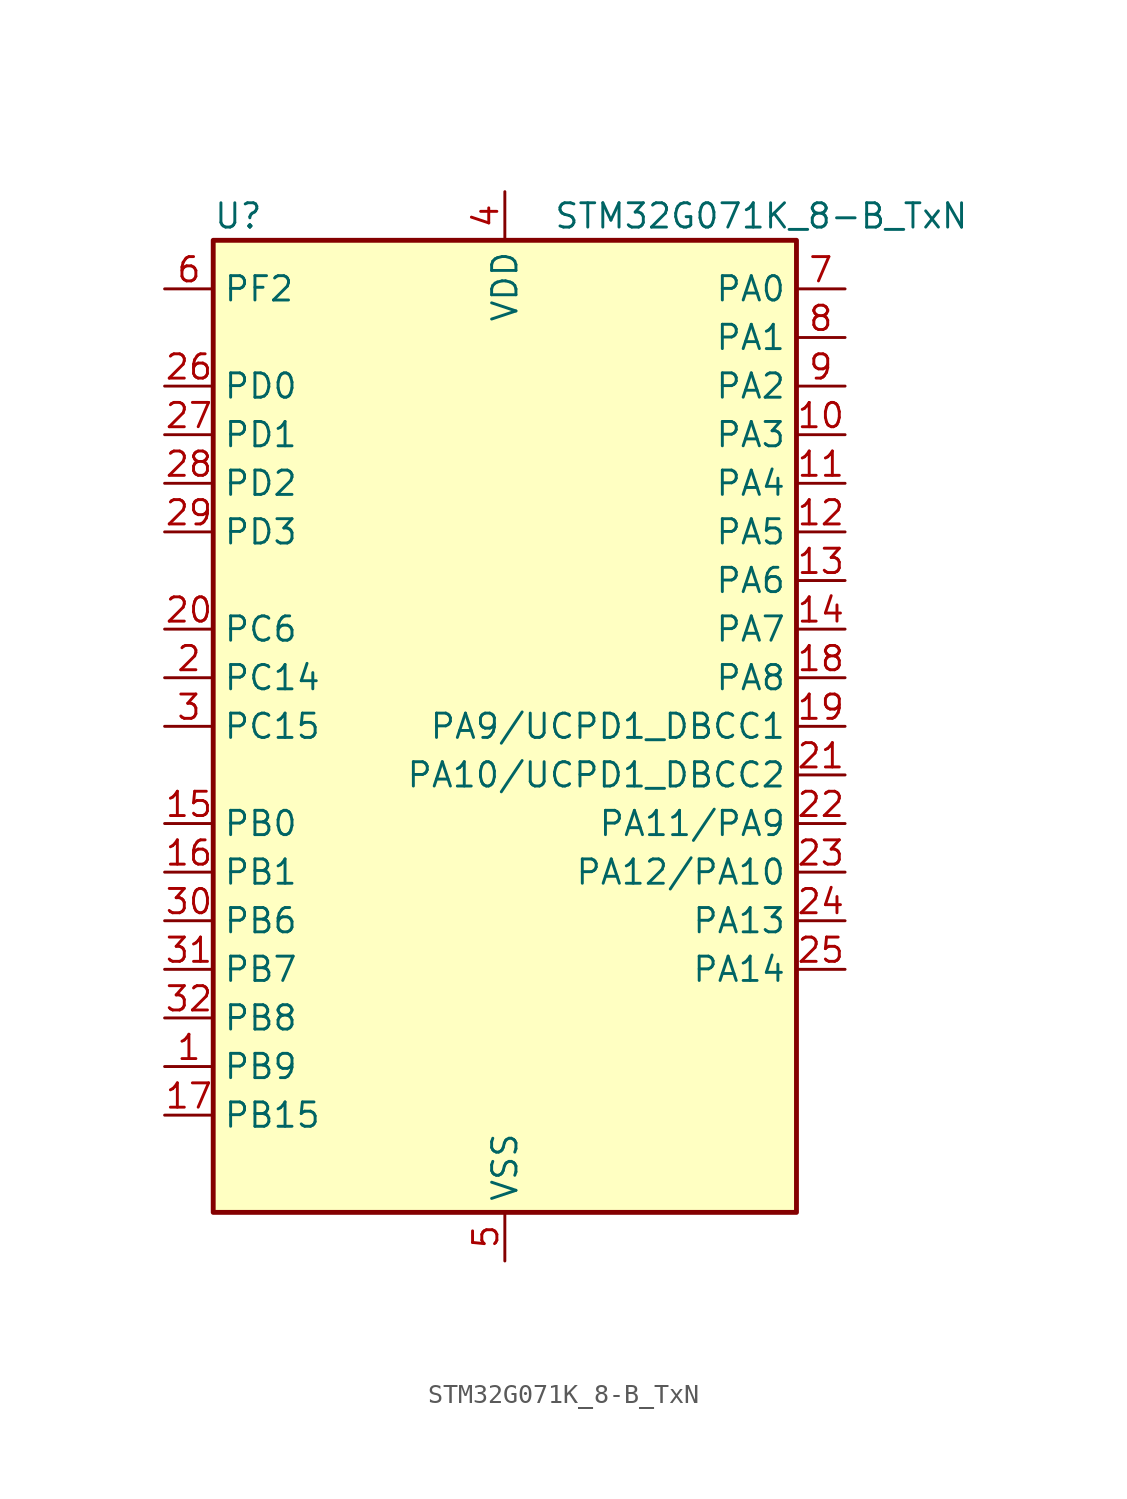
<source format=kicad_sym>
(kicad_symbol_lib
  (version 20220914)
  (generator kicad_symbol_editor)
  (symbol "STM32G071K_8-B_TxN"
    (property "Reference" "U"
      (at -15.24 26.67 0)
      (effects (font (size 1.27 1.27)) (justify left)))
    (property "Value" "STM32G071K_8-B_TxN"
      (at 2.54 26.67 0)
      (effects (font (size 1.27 1.27)) (justify left)))
    (property "ki_locked" ""
      (at 0 0 0)
      (effects (font (size 1.27 1.27))))
    (symbol "STM32G071K_8-B_TxN_0_1"
      (rectangle (start -15.24 -25.4) (end 15.24 25.4) (stroke (width 0.254) (type default)) (fill (type background))))
    (symbol "STM32G071K_8-B_TxN_1_1"
      (pin bidirectional line (at -17.78 -17.78 0) (length 2.54) (name "PB9" (effects (font (size 1.27 1.27)))) (number "1" (effects (font (size 1.27 1.27)))) (alternate "DAC1_EXTI9" bidirectional line) (alternate "I2C1_SDA" bidirectional line) (alternate "IR_OUT" bidirectional line) (alternate "SPI2_NSS" bidirectional line) (alternate "TIM17_CH1" bidirectional line) (alternate "UCPD2_FRSTX1" bidirectional line) (alternate "UCPD2_FRSTX2" bidirectional line) (alternate "USART3_RX" bidirectional line))
      (pin bidirectional line (at 17.78 15.24 180) (length 2.54) (name "PA3" (effects (font (size 1.27 1.27)))) (number "10" (effects (font (size 1.27 1.27)))) (alternate "ADC1_IN3" bidirectional line) (alternate "COMP2_INP" bidirectional line) (alternate "LPUART1_RX" bidirectional line) (alternate "SPI2_MISO" bidirectional line) (alternate "TIM15_CH2" bidirectional line) (alternate "TIM2_CH4" bidirectional line) (alternate "UCPD2_FRSTX1" bidirectional line) (alternate "UCPD2_FRSTX2" bidirectional line) (alternate "USART2_RX" bidirectional line))
      (pin bidirectional line (at 17.78 12.7 180) (length 2.54) (name "PA4" (effects (font (size 1.27 1.27)))) (number "11" (effects (font (size 1.27 1.27)))) (alternate "ADC1_IN4" bidirectional line) (alternate "DAC1_OUT1" bidirectional line) (alternate "I2S1_WS" bidirectional line) (alternate "LPTIM2_OUT" bidirectional line) (alternate "RTC_OUT_ALARM" bidirectional line) (alternate "RTC_OUT_CALIB" bidirectional line) (alternate "RTC_TAMP_IN1" bidirectional line) (alternate "RTC_TS" bidirectional line) (alternate "SPI1_NSS" bidirectional line) (alternate "SPI2_MOSI" bidirectional line) (alternate "SYS_WKUP2" bidirectional line) (alternate "TIM14_CH1" bidirectional line) (alternate "UCPD2_FRSTX1" bidirectional line) (alternate "UCPD2_FRSTX2" bidirectional line))
      (pin bidirectional line (at 17.78 10.16 180) (length 2.54) (name "PA5" (effects (font (size 1.27 1.27)))) (number "12" (effects (font (size 1.27 1.27)))) (alternate "ADC1_IN5" bidirectional line) (alternate "CEC" bidirectional line) (alternate "DAC1_OUT2" bidirectional line) (alternate "I2S1_CK" bidirectional line) (alternate "LPTIM2_ETR" bidirectional line) (alternate "SPI1_SCK" bidirectional line) (alternate "TIM2_CH1" bidirectional line) (alternate "TIM2_ETR" bidirectional line) (alternate "UCPD1_FRSTX1" bidirectional line) (alternate "UCPD1_FRSTX2" bidirectional line) (alternate "USART3_TX" bidirectional line))
      (pin bidirectional line (at 17.78 7.62 180) (length 2.54) (name "PA6" (effects (font (size 1.27 1.27)))) (number "13" (effects (font (size 1.27 1.27)))) (alternate "ADC1_IN6" bidirectional line) (alternate "COMP1_OUT" bidirectional line) (alternate "I2S1_MCK" bidirectional line) (alternate "LPUART1_CTS" bidirectional line) (alternate "SPI1_MISO" bidirectional line) (alternate "TIM16_CH1" bidirectional line) (alternate "TIM1_BK" bidirectional line) (alternate "TIM3_CH1" bidirectional line) (alternate "USART3_CTS" bidirectional line) (alternate "USART3_NSS" bidirectional line))
      (pin bidirectional line (at 17.78 5.08 180) (length 2.54) (name "PA7" (effects (font (size 1.27 1.27)))) (number "14" (effects (font (size 1.27 1.27)))) (alternate "ADC1_IN7" bidirectional line) (alternate "COMP2_OUT" bidirectional line) (alternate "I2S1_SD" bidirectional line) (alternate "SPI1_MOSI" bidirectional line) (alternate "TIM14_CH1" bidirectional line) (alternate "TIM17_CH1" bidirectional line) (alternate "TIM1_CH1N" bidirectional line) (alternate "TIM3_CH2" bidirectional line) (alternate "UCPD1_FRSTX1" bidirectional line) (alternate "UCPD1_FRSTX2" bidirectional line))
      (pin bidirectional line (at -17.78 -5.08 0) (length 2.54) (name "PB0" (effects (font (size 1.27 1.27)))) (number "15" (effects (font (size 1.27 1.27)))) (alternate "ADC1_IN8" bidirectional line) (alternate "COMP1_OUT" bidirectional line) (alternate "I2S1_WS" bidirectional line) (alternate "LPTIM1_OUT" bidirectional line) (alternate "SPI1_NSS" bidirectional line) (alternate "TIM1_CH2N" bidirectional line) (alternate "TIM3_CH3" bidirectional line) (alternate "UCPD1_FRSTX1" bidirectional line) (alternate "UCPD1_FRSTX2" bidirectional line) (alternate "USART3_RX" bidirectional line))
      (pin bidirectional line (at -17.78 -7.62 0) (length 2.54) (name "PB1" (effects (font (size 1.27 1.27)))) (number "16" (effects (font (size 1.27 1.27)))) (alternate "ADC1_IN9" bidirectional line) (alternate "COMP1_INM" bidirectional line) (alternate "LPTIM2_IN1" bidirectional line) (alternate "LPUART1_DE" bidirectional line) (alternate "LPUART1_RTS" bidirectional line) (alternate "TIM14_CH1" bidirectional line) (alternate "TIM1_CH3N" bidirectional line) (alternate "TIM3_CH4" bidirectional line) (alternate "USART3_CK" bidirectional line) (alternate "USART3_DE" bidirectional line) (alternate "USART3_RTS" bidirectional line))
      (pin bidirectional line (at -17.78 -20.32 0) (length 2.54) (name "PB15" (effects (font (size 1.27 1.27)))) (number "17" (effects (font (size 1.27 1.27)))) (alternate "RTC_REFIN" bidirectional line) (alternate "SPI2_MOSI" bidirectional line) (alternate "TIM15_CH1N" bidirectional line) (alternate "TIM15_CH2" bidirectional line) (alternate "TIM1_CH3N" bidirectional line) (alternate "UCPD1_CC2" bidirectional line))
      (pin bidirectional line (at 17.78 2.54 180) (length 2.54) (name "PA8" (effects (font (size 1.27 1.27)))) (number "18" (effects (font (size 1.27 1.27)))) (alternate "LPTIM2_OUT" bidirectional line) (alternate "RCC_MCO" bidirectional line) (alternate "SPI2_NSS" bidirectional line) (alternate "TIM1_CH1" bidirectional line) (alternate "UCPD1_CC1" bidirectional line))
      (pin bidirectional line (at 17.78 0 180) (length 2.54) (name "PA9/UCPD1_DBCC1" (effects (font (size 1.27 1.27)))) (number "19" (effects (font (size 1.27 1.27)))) (alternate "DAC1_EXTI9" bidirectional line) (alternate "I2C1_SCL" bidirectional line) (alternate "RCC_MCO" bidirectional line) (alternate "SPI2_MISO" bidirectional line) (alternate "TIM15_BK" bidirectional line) (alternate "TIM1_CH2" bidirectional line) (alternate "UCPD1_DBCC1" bidirectional line) (alternate "USART1_TX" bidirectional line))
      (pin bidirectional line (at -17.78 2.54 0) (length 2.54) (name "PC14" (effects (font (size 1.27 1.27)))) (number "2" (effects (font (size 1.27 1.27)))) (alternate "RCC_OSC32_IN" bidirectional line) (alternate "RCC_OSC_IN" bidirectional line) (alternate "TIM1_BK2" bidirectional line))
      (pin bidirectional line (at -17.78 5.08 0) (length 2.54) (name "PC6" (effects (font (size 1.27 1.27)))) (number "20" (effects (font (size 1.27 1.27)))) (alternate "TIM2_CH3" bidirectional line) (alternate "TIM3_CH1" bidirectional line) (alternate "UCPD1_FRSTX1" bidirectional line) (alternate "UCPD1_FRSTX2" bidirectional line))
      (pin bidirectional line (at 17.78 -2.54 180) (length 2.54) (name "PA10/UCPD1_DBCC2" (effects (font (size 1.27 1.27)))) (number "21" (effects (font (size 1.27 1.27)))) (alternate "I2C1_SDA" bidirectional line) (alternate "SPI2_MOSI" bidirectional line) (alternate "TIM17_BK" bidirectional line) (alternate "TIM1_CH3" bidirectional line) (alternate "UCPD1_DBCC2" bidirectional line) (alternate "USART1_RX" bidirectional line))
      (pin bidirectional line (at 17.78 -5.08 180) (length 2.54) (name "PA11/PA9" (effects (font (size 1.27 1.27)))) (number "22" (effects (font (size 1.27 1.27)))) (alternate "ADC1_EXTI11" bidirectional line) (alternate "COMP1_OUT" bidirectional line) (alternate "I2C2_SCL" bidirectional line) (alternate "I2S1_MCK" bidirectional line) (alternate "SPI1_MISO" bidirectional line) (alternate "TIM1_BK2" bidirectional line) (alternate "TIM1_CH4" bidirectional line) (alternate "USART1_CTS" bidirectional line) (alternate "USART1_NSS" bidirectional line))
      (pin bidirectional line (at 17.78 -7.62 180) (length 2.54) (name "PA12/PA10" (effects (font (size 1.27 1.27)))) (number "23" (effects (font (size 1.27 1.27)))) (alternate "COMP2_OUT" bidirectional line) (alternate "I2C2_SDA" bidirectional line) (alternate "I2S1_SD" bidirectional line) (alternate "I2S_CKIN" bidirectional line) (alternate "SPI1_MOSI" bidirectional line) (alternate "TIM1_ETR" bidirectional line) (alternate "USART1_CK" bidirectional line) (alternate "USART1_DE" bidirectional line) (alternate "USART1_RTS" bidirectional line))
      (pin bidirectional line (at 17.78 -10.16 180) (length 2.54) (name "PA13" (effects (font (size 1.27 1.27)))) (number "24" (effects (font (size 1.27 1.27)))) (alternate "IR_OUT" bidirectional line) (alternate "SYS_SWDIO" bidirectional line))
      (pin bidirectional line (at 17.78 -12.7 180) (length 2.54) (name "PA14" (effects (font (size 1.27 1.27)))) (number "25" (effects (font (size 1.27 1.27)))) (alternate "SYS_SWCLK" bidirectional line) (alternate "USART2_TX" bidirectional line))
      (pin bidirectional line (at -17.78 17.78 0) (length 2.54) (name "PD0" (effects (font (size 1.27 1.27)))) (number "26" (effects (font (size 1.27 1.27)))) (alternate "SPI2_NSS" bidirectional line) (alternate "TIM16_CH1" bidirectional line) (alternate "UCPD2_CC1" bidirectional line))
      (pin bidirectional line (at -17.78 15.24 0) (length 2.54) (name "PD1" (effects (font (size 1.27 1.27)))) (number "27" (effects (font (size 1.27 1.27)))) (alternate "SPI2_SCK" bidirectional line) (alternate "TIM17_CH1" bidirectional line) (alternate "UCPD2_DBCC1" bidirectional line))
      (pin bidirectional line (at -17.78 12.7 0) (length 2.54) (name "PD2" (effects (font (size 1.27 1.27)))) (number "28" (effects (font (size 1.27 1.27)))) (alternate "TIM1_CH1N" bidirectional line) (alternate "TIM3_ETR" bidirectional line) (alternate "UCPD2_CC2" bidirectional line) (alternate "USART3_CK" bidirectional line) (alternate "USART3_DE" bidirectional line) (alternate "USART3_RTS" bidirectional line))
      (pin bidirectional line (at -17.78 10.16 0) (length 2.54) (name "PD3" (effects (font (size 1.27 1.27)))) (number "29" (effects (font (size 1.27 1.27)))) (alternate "SPI2_MISO" bidirectional line) (alternate "TIM1_CH2N" bidirectional line) (alternate "UCPD2_DBCC2" bidirectional line) (alternate "USART2_CTS" bidirectional line) (alternate "USART2_NSS" bidirectional line))
      (pin bidirectional line (at -17.78 0 0) (length 2.54) (name "PC15" (effects (font (size 1.27 1.27)))) (number "3" (effects (font (size 1.27 1.27)))) (alternate "RCC_OSC32_EN" bidirectional line) (alternate "RCC_OSC32_OUT" bidirectional line) (alternate "RCC_OSC_EN" bidirectional line) (alternate "TIM15_BK" bidirectional line))
      (pin bidirectional line (at -17.78 -10.16 0) (length 2.54) (name "PB6" (effects (font (size 1.27 1.27)))) (number "30" (effects (font (size 1.27 1.27)))) (alternate "COMP2_INP" bidirectional line) (alternate "I2C1_SCL" bidirectional line) (alternate "LPTIM1_ETR" bidirectional line) (alternate "SPI2_MISO" bidirectional line) (alternate "TIM16_CH1N" bidirectional line) (alternate "TIM1_CH3" bidirectional line) (alternate "USART1_TX" bidirectional line))
      (pin bidirectional line (at -17.78 -12.7 0) (length 2.54) (name "PB7" (effects (font (size 1.27 1.27)))) (number "31" (effects (font (size 1.27 1.27)))) (alternate "COMP2_INM" bidirectional line) (alternate "I2C1_SDA" bidirectional line) (alternate "LPTIM1_IN2" bidirectional line) (alternate "SPI2_MOSI" bidirectional line) (alternate "SYS_PVD_IN" bidirectional line) (alternate "TIM17_CH1N" bidirectional line) (alternate "USART1_RX" bidirectional line) (alternate "USART4_CTS" bidirectional line) (alternate "USART4_NSS" bidirectional line))
      (pin bidirectional line (at -17.78 -15.24 0) (length 2.54) (name "PB8" (effects (font (size 1.27 1.27)))) (number "32" (effects (font (size 1.27 1.27)))) (alternate "CEC" bidirectional line) (alternate "I2C1_SCL" bidirectional line) (alternate "SPI2_SCK" bidirectional line) (alternate "TIM15_BK" bidirectional line) (alternate "TIM16_CH1" bidirectional line) (alternate "USART3_TX" bidirectional line))
      (pin power_in line (at 0 27.94 270) (length 2.54) (name "VDD" (effects (font (size 1.27 1.27)))) (number "4" (effects (font (size 1.27 1.27)))))
      (pin power_in line (at 0 -27.94 90) (length 2.54) (name "VSS" (effects (font (size 1.27 1.27)))) (number "5" (effects (font (size 1.27 1.27)))))
      (pin bidirectional line (at -17.78 22.86 0) (length 2.54) (name "PF2" (effects (font (size 1.27 1.27)))) (number "6" (effects (font (size 1.27 1.27)))) (alternate "RCC_MCO" bidirectional line))
      (pin bidirectional line (at 17.78 22.86 180) (length 2.54) (name "PA0" (effects (font (size 1.27 1.27)))) (number "7" (effects (font (size 1.27 1.27)))) (alternate "ADC1_IN0" bidirectional line) (alternate "COMP1_INM" bidirectional line) (alternate "COMP1_OUT" bidirectional line) (alternate "LPTIM1_OUT" bidirectional line) (alternate "RTC_TAMP_IN2" bidirectional line) (alternate "SPI2_SCK" bidirectional line) (alternate "SYS_WKUP1" bidirectional line) (alternate "TIM2_CH1" bidirectional line) (alternate "TIM2_ETR" bidirectional line) (alternate "UCPD2_FRSTX1" bidirectional line) (alternate "UCPD2_FRSTX2" bidirectional line) (alternate "USART2_CTS" bidirectional line) (alternate "USART2_NSS" bidirectional line) (alternate "USART4_TX" bidirectional line))
      (pin bidirectional line (at 17.78 20.32 180) (length 2.54) (name "PA1" (effects (font (size 1.27 1.27)))) (number "8" (effects (font (size 1.27 1.27)))) (alternate "ADC1_IN1" bidirectional line) (alternate "COMP1_INP" bidirectional line) (alternate "I2C1_SMBA" bidirectional line) (alternate "I2S1_CK" bidirectional line) (alternate "SPI1_SCK" bidirectional line) (alternate "TIM15_CH1N" bidirectional line) (alternate "TIM2_CH2" bidirectional line) (alternate "USART2_CK" bidirectional line) (alternate "USART2_DE" bidirectional line) (alternate "USART2_RTS" bidirectional line) (alternate "USART4_RX" bidirectional line))
      (pin bidirectional line (at 17.78 17.78 180) (length 2.54) (name "PA2" (effects (font (size 1.27 1.27)))) (number "9" (effects (font (size 1.27 1.27)))) (alternate "ADC1_IN2" bidirectional line) (alternate "COMP2_INM" bidirectional line) (alternate "COMP2_OUT" bidirectional line) (alternate "I2S1_SD" bidirectional line) (alternate "LPUART1_TX" bidirectional line) (alternate "RCC_LSCO" bidirectional line) (alternate "SPI1_MOSI" bidirectional line) (alternate "SYS_WKUP4" bidirectional line) (alternate "TIM15_CH1" bidirectional line) (alternate "TIM2_CH3" bidirectional line) (alternate "UCPD1_FRSTX1" bidirectional line) (alternate "UCPD1_FRSTX2" bidirectional line) (alternate "USART2_TX" bidirectional line)))))
</source>
